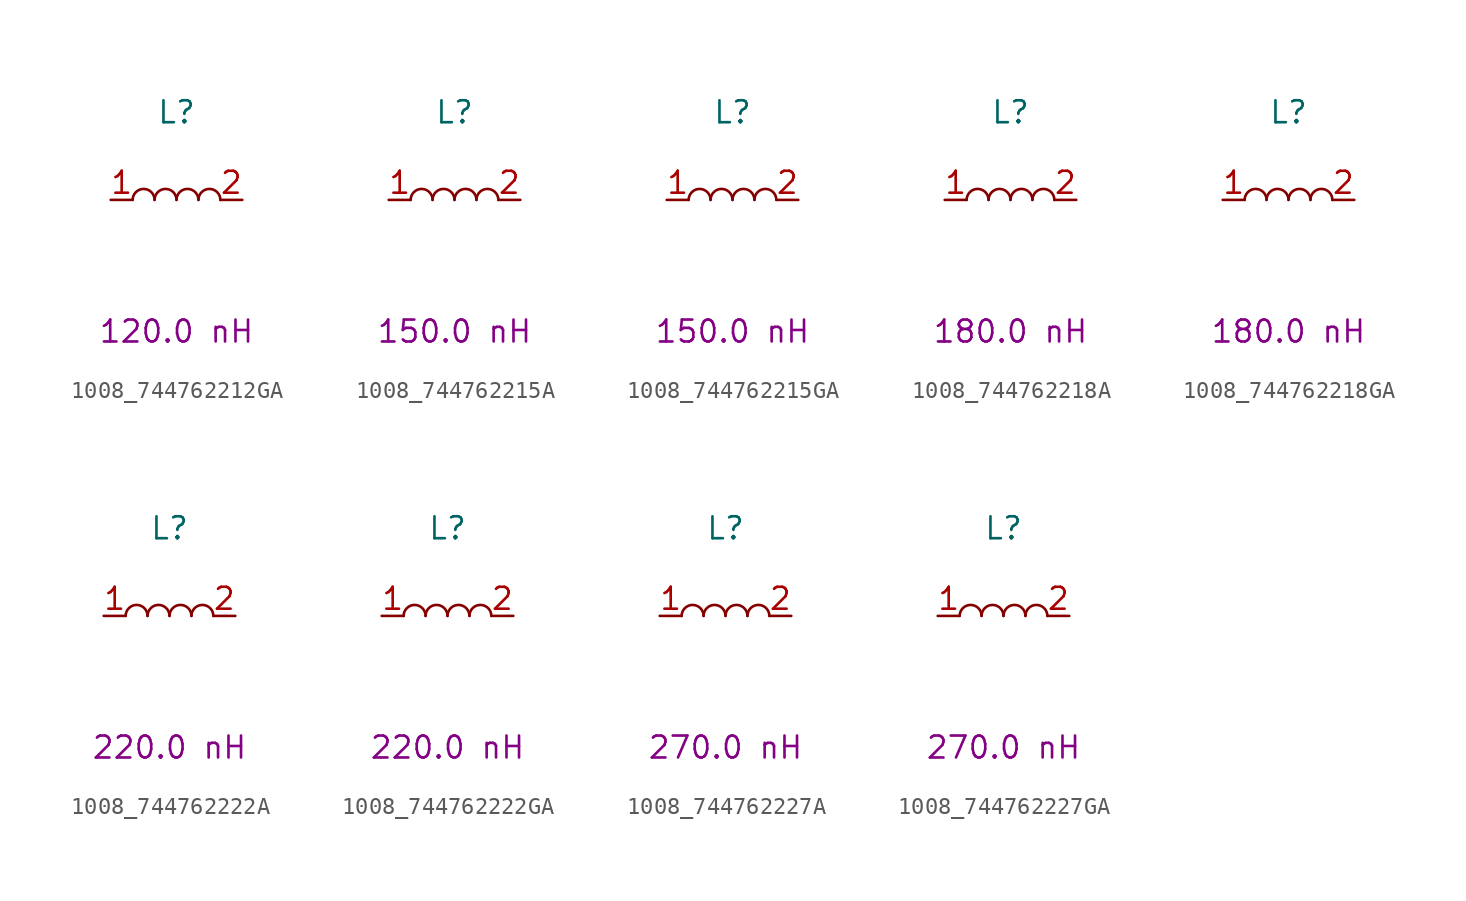
<source format=kicad_sym>
(kicad_symbol_lib
  (version 20220914)
  (generator kicad_symbol_editor)
  (symbol "1008_744762212GA"
    (pin_names hide)
    (property "Reference" "L"
      (at 0 5.08 0)
      (effects (font (size 1.27 1.27))))
    (property "Critical Parameter" "120.0 nH"
      (at 0 -7.62 0)
      (effects (font (size 1.27 1.27))))
    (symbol "1008_744762212GA_0_1"
      (arc (start -1.27 0) (mid -1.905 0.6323) (end -2.54 0) (stroke (width 0) (type default)) (fill (type none)))
      (arc (start 0 0) (mid -0.635 0.6323) (end -1.27 0) (stroke (width 0) (type default)) (fill (type none)))
      (arc (start 1.27 0) (mid 0.635 0.6323) (end 0 0) (stroke (width 0) (type default)) (fill (type none)))
      (arc (start 2.54 0) (mid 1.905 0.6323) (end 1.27 0) (stroke (width 0) (type default)) (fill (type none))))
    (symbol "1008_744762212GA_1_1"
      (pin passive line (at -3.81 0 0) (length 1.27) (name "1" (effects (font (size 1.27 1.27)))) (number "1" (effects (font (size 1.27 1.27)))))
      (pin passive line (at 3.81 0 180) (length 1.27) (name "2" (effects (font (size 1.27 1.27)))) (number "2" (effects (font (size 1.27 1.27)))))))
  (symbol "1008_744762215A"
    (pin_names hide)
    (property "Reference" "L"
      (at 0 5.08 0)
      (effects (font (size 1.27 1.27))))
    (property "Critical Parameter" "150.0 nH"
      (at 0 -7.62 0)
      (effects (font (size 1.27 1.27))))
    (symbol "1008_744762215A_0_1"
      (arc (start -1.27 0) (mid -1.905 0.6323) (end -2.54 0) (stroke (width 0) (type default)) (fill (type none)))
      (arc (start 0 0) (mid -0.635 0.6323) (end -1.27 0) (stroke (width 0) (type default)) (fill (type none)))
      (arc (start 1.27 0) (mid 0.635 0.6323) (end 0 0) (stroke (width 0) (type default)) (fill (type none)))
      (arc (start 2.54 0) (mid 1.905 0.6323) (end 1.27 0) (stroke (width 0) (type default)) (fill (type none))))
    (symbol "1008_744762215A_1_1"
      (pin passive line (at -3.81 0 0) (length 1.27) (name "1" (effects (font (size 1.27 1.27)))) (number "1" (effects (font (size 1.27 1.27)))))
      (pin passive line (at 3.81 0 180) (length 1.27) (name "2" (effects (font (size 1.27 1.27)))) (number "2" (effects (font (size 1.27 1.27)))))))
  (symbol "1008_744762215GA"
    (pin_names hide)
    (property "Reference" "L"
      (at 0 5.08 0)
      (effects (font (size 1.27 1.27))))
    (property "Critical Parameter" "150.0 nH"
      (at 0 -7.62 0)
      (effects (font (size 1.27 1.27))))
    (symbol "1008_744762215GA_0_1"
      (arc (start -1.27 0) (mid -1.905 0.6323) (end -2.54 0) (stroke (width 0) (type default)) (fill (type none)))
      (arc (start 0 0) (mid -0.635 0.6323) (end -1.27 0) (stroke (width 0) (type default)) (fill (type none)))
      (arc (start 1.27 0) (mid 0.635 0.6323) (end 0 0) (stroke (width 0) (type default)) (fill (type none)))
      (arc (start 2.54 0) (mid 1.905 0.6323) (end 1.27 0) (stroke (width 0) (type default)) (fill (type none))))
    (symbol "1008_744762215GA_1_1"
      (pin passive line (at -3.81 0 0) (length 1.27) (name "1" (effects (font (size 1.27 1.27)))) (number "1" (effects (font (size 1.27 1.27)))))
      (pin passive line (at 3.81 0 180) (length 1.27) (name "2" (effects (font (size 1.27 1.27)))) (number "2" (effects (font (size 1.27 1.27)))))))
  (symbol "1008_744762218A"
    (pin_names hide)
    (property "Reference" "L"
      (at 0 5.08 0)
      (effects (font (size 1.27 1.27))))
    (property "Critical Parameter" "180.0 nH"
      (at 0 -7.62 0)
      (effects (font (size 1.27 1.27))))
    (symbol "1008_744762218A_0_1"
      (arc (start -1.27 0) (mid -1.905 0.6323) (end -2.54 0) (stroke (width 0) (type default)) (fill (type none)))
      (arc (start 0 0) (mid -0.635 0.6323) (end -1.27 0) (stroke (width 0) (type default)) (fill (type none)))
      (arc (start 1.27 0) (mid 0.635 0.6323) (end 0 0) (stroke (width 0) (type default)) (fill (type none)))
      (arc (start 2.54 0) (mid 1.905 0.6323) (end 1.27 0) (stroke (width 0) (type default)) (fill (type none))))
    (symbol "1008_744762218A_1_1"
      (pin passive line (at -3.81 0 0) (length 1.27) (name "1" (effects (font (size 1.27 1.27)))) (number "1" (effects (font (size 1.27 1.27)))))
      (pin passive line (at 3.81 0 180) (length 1.27) (name "2" (effects (font (size 1.27 1.27)))) (number "2" (effects (font (size 1.27 1.27)))))))
  (symbol "1008_744762218GA"
    (pin_names hide)
    (property "Reference" "L"
      (at 0 5.08 0)
      (effects (font (size 1.27 1.27))))
    (property "Critical Parameter" "180.0 nH"
      (at 0 -7.62 0)
      (effects (font (size 1.27 1.27))))
    (symbol "1008_744762218GA_0_1"
      (arc (start -1.27 0) (mid -1.905 0.6323) (end -2.54 0) (stroke (width 0) (type default)) (fill (type none)))
      (arc (start 0 0) (mid -0.635 0.6323) (end -1.27 0) (stroke (width 0) (type default)) (fill (type none)))
      (arc (start 1.27 0) (mid 0.635 0.6323) (end 0 0) (stroke (width 0) (type default)) (fill (type none)))
      (arc (start 2.54 0) (mid 1.905 0.6323) (end 1.27 0) (stroke (width 0) (type default)) (fill (type none))))
    (symbol "1008_744762218GA_1_1"
      (pin passive line (at -3.81 0 0) (length 1.27) (name "1" (effects (font (size 1.27 1.27)))) (number "1" (effects (font (size 1.27 1.27)))))
      (pin passive line (at 3.81 0 180) (length 1.27) (name "2" (effects (font (size 1.27 1.27)))) (number "2" (effects (font (size 1.27 1.27)))))))
  (symbol "1008_744762222A"
    (pin_names hide)
    (property "Reference" "L"
      (at 0 5.08 0)
      (effects (font (size 1.27 1.27))))
    (property "Critical Parameter" "220.0 nH"
      (at 0 -7.62 0)
      (effects (font (size 1.27 1.27))))
    (symbol "1008_744762222A_0_1"
      (arc (start -1.27 0) (mid -1.905 0.6323) (end -2.54 0) (stroke (width 0) (type default)) (fill (type none)))
      (arc (start 0 0) (mid -0.635 0.6323) (end -1.27 0) (stroke (width 0) (type default)) (fill (type none)))
      (arc (start 1.27 0) (mid 0.635 0.6323) (end 0 0) (stroke (width 0) (type default)) (fill (type none)))
      (arc (start 2.54 0) (mid 1.905 0.6323) (end 1.27 0) (stroke (width 0) (type default)) (fill (type none))))
    (symbol "1008_744762222A_1_1"
      (pin passive line (at -3.81 0 0) (length 1.27) (name "1" (effects (font (size 1.27 1.27)))) (number "1" (effects (font (size 1.27 1.27)))))
      (pin passive line (at 3.81 0 180) (length 1.27) (name "2" (effects (font (size 1.27 1.27)))) (number "2" (effects (font (size 1.27 1.27)))))))
  (symbol "1008_744762222GA"
    (pin_names hide)
    (property "Reference" "L"
      (at 0 5.08 0)
      (effects (font (size 1.27 1.27))))
    (property "Critical Parameter" "220.0 nH"
      (at 0 -7.62 0)
      (effects (font (size 1.27 1.27))))
    (symbol "1008_744762222GA_0_1"
      (arc (start -1.27 0) (mid -1.905 0.6323) (end -2.54 0) (stroke (width 0) (type default)) (fill (type none)))
      (arc (start 0 0) (mid -0.635 0.6323) (end -1.27 0) (stroke (width 0) (type default)) (fill (type none)))
      (arc (start 1.27 0) (mid 0.635 0.6323) (end 0 0) (stroke (width 0) (type default)) (fill (type none)))
      (arc (start 2.54 0) (mid 1.905 0.6323) (end 1.27 0) (stroke (width 0) (type default)) (fill (type none))))
    (symbol "1008_744762222GA_1_1"
      (pin passive line (at -3.81 0 0) (length 1.27) (name "1" (effects (font (size 1.27 1.27)))) (number "1" (effects (font (size 1.27 1.27)))))
      (pin passive line (at 3.81 0 180) (length 1.27) (name "2" (effects (font (size 1.27 1.27)))) (number "2" (effects (font (size 1.27 1.27)))))))
  (symbol "1008_744762227A"
    (pin_names hide)
    (property "Reference" "L"
      (at 0 5.08 0)
      (effects (font (size 1.27 1.27))))
    (property "Critical Parameter" "270.0 nH"
      (at 0 -7.62 0)
      (effects (font (size 1.27 1.27))))
    (symbol "1008_744762227A_0_1"
      (arc (start -1.27 0) (mid -1.905 0.6323) (end -2.54 0) (stroke (width 0) (type default)) (fill (type none)))
      (arc (start 0 0) (mid -0.635 0.6323) (end -1.27 0) (stroke (width 0) (type default)) (fill (type none)))
      (arc (start 1.27 0) (mid 0.635 0.6323) (end 0 0) (stroke (width 0) (type default)) (fill (type none)))
      (arc (start 2.54 0) (mid 1.905 0.6323) (end 1.27 0) (stroke (width 0) (type default)) (fill (type none))))
    (symbol "1008_744762227A_1_1"
      (pin passive line (at -3.81 0 0) (length 1.27) (name "1" (effects (font (size 1.27 1.27)))) (number "1" (effects (font (size 1.27 1.27)))))
      (pin passive line (at 3.81 0 180) (length 1.27) (name "2" (effects (font (size 1.27 1.27)))) (number "2" (effects (font (size 1.27 1.27)))))))
  (symbol "1008_744762227GA"
    (pin_names hide)
    (property "Reference" "L"
      (at 0 5.08 0)
      (effects (font (size 1.27 1.27))))
    (property "Critical Parameter" "270.0 nH"
      (at 0 -7.62 0)
      (effects (font (size 1.27 1.27))))
    (symbol "1008_744762227GA_0_1"
      (arc (start -1.27 0) (mid -1.905 0.6323) (end -2.54 0) (stroke (width 0) (type default)) (fill (type none)))
      (arc (start 0 0) (mid -0.635 0.6323) (end -1.27 0) (stroke (width 0) (type default)) (fill (type none)))
      (arc (start 1.27 0) (mid 0.635 0.6323) (end 0 0) (stroke (width 0) (type default)) (fill (type none)))
      (arc (start 2.54 0) (mid 1.905 0.6323) (end 1.27 0) (stroke (width 0) (type default)) (fill (type none))))
    (symbol "1008_744762227GA_1_1"
      (pin passive line (at -3.81 0 0) (length 1.27) (name "1" (effects (font (size 1.27 1.27)))) (number "1" (effects (font (size 1.27 1.27)))))
      (pin passive line (at 3.81 0 180) (length 1.27) (name "2" (effects (font (size 1.27 1.27)))) (number "2" (effects (font (size 1.27 1.27))))))))
</source>
